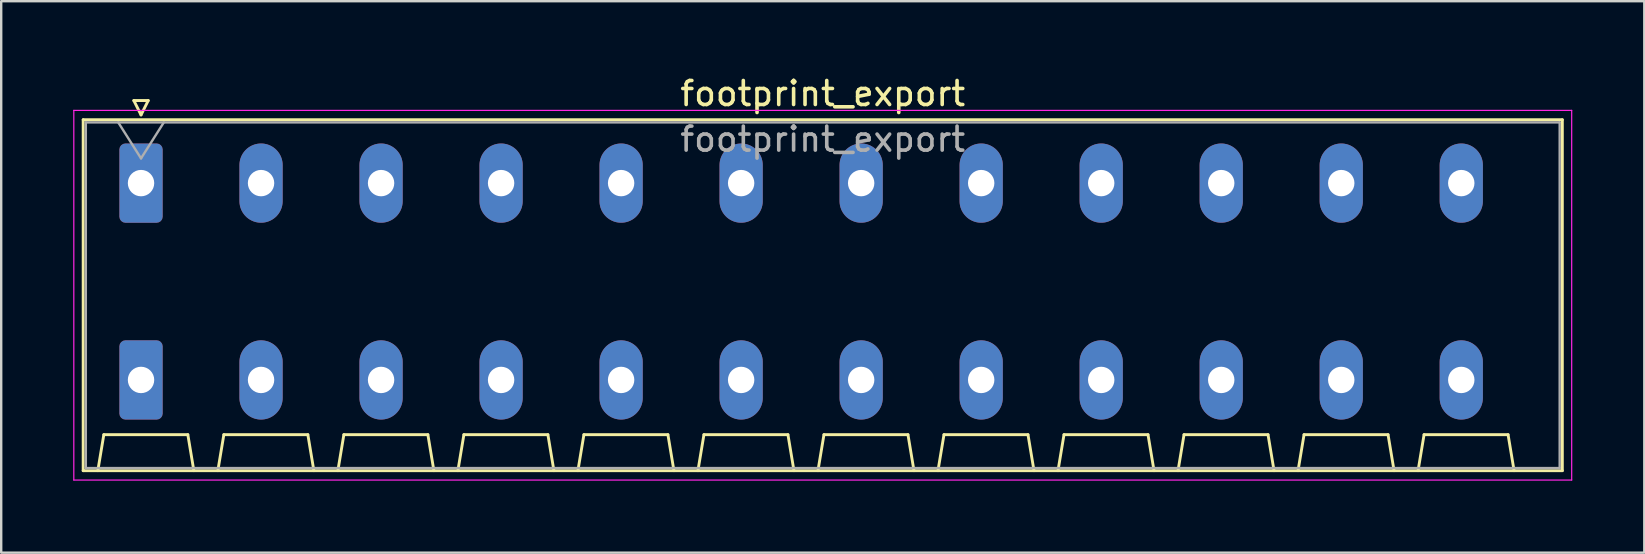
<source format=kicad_pcb>
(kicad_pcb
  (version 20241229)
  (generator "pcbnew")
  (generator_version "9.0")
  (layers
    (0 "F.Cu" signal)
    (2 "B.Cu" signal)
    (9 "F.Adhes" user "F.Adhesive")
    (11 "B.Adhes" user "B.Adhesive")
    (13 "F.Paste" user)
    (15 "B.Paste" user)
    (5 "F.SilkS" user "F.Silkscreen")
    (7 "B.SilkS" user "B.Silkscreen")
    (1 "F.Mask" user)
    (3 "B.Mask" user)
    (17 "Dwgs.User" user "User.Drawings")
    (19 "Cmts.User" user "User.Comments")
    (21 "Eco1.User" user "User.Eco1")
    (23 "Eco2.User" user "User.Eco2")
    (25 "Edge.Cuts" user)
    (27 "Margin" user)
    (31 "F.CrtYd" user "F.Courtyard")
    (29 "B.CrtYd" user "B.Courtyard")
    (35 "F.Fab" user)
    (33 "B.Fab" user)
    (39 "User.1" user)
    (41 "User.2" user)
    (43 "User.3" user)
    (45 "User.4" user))
  (footprint "footprint_export"
    (layer "F.Cu")
    (at 2.825 4.578)
    (property "Reference" "footprint_export" (at 28.4 -3.73 0) (layer "F.SilkS") (effects (font (size 1 1) (thickness 0.15))))
    (attr through_hole)
    (fp_line (start -2.41 -2.64) (end 59.21 -2.64) (stroke (width 0.12) (type solid)) (layer "F.SilkS"))
    (fp_line (start -2.41 11.98) (end -2.41 -2.64) (stroke (width 0.12) (type solid)) (layer "F.SilkS"))
    (fp_line (start -1.8 11.98) (end -1.55 10.48) (stroke (width 0.12) (type solid)) (layer "F.SilkS"))
    (fp_line (start -1.55 10.48) (end 1.95 10.48) (stroke (width 0.12) (type solid)) (layer "F.SilkS"))
    (fp_line (start -0.3 -3.44) (end 0 -2.84) (stroke (width 0.12) (type solid)) (layer "F.SilkS"))
    (fp_line (start -0.3 -3.44) (end 0.3 -3.44) (stroke (width 0.12) (type solid)) (layer "F.SilkS"))
    (fp_line (start 0.3 -3.44) (end 0 -2.84) (stroke (width 0.12) (type solid)) (layer "F.SilkS"))
    (fp_line (start 2.2 11.98) (end 1.95 10.48) (stroke (width 0.12) (type solid)) (layer "F.SilkS"))
    (fp_line (start 3.2 11.98) (end 3.45 10.48) (stroke (width 0.12) (type solid)) (layer "F.SilkS"))
    (fp_line (start 3.45 10.48) (end 6.95 10.48) (stroke (width 0.12) (type solid)) (layer "F.SilkS"))
    (fp_line (start 7.2 11.98) (end 6.95 10.48) (stroke (width 0.12) (type solid)) (layer "F.SilkS"))
    (fp_line (start 8.2 11.98) (end 8.45 10.48) (stroke (width 0.12) (type solid)) (layer "F.SilkS"))
    (fp_line (start 8.45 10.48) (end 11.95 10.48) (stroke (width 0.12) (type solid)) (layer "F.SilkS"))
    (fp_line (start 12.2 11.98) (end 11.95 10.48) (stroke (width 0.12) (type solid)) (layer "F.SilkS"))
    (fp_line (start 13.2 11.98) (end 13.45 10.48) (stroke (width 0.12) (type solid)) (layer "F.SilkS"))
    (fp_line (start 13.45 10.48) (end 16.95 10.48) (stroke (width 0.12) (type solid)) (layer "F.SilkS"))
    (fp_line (start 17.2 11.98) (end 16.95 10.48) (stroke (width 0.12) (type solid)) (layer "F.SilkS"))
    (fp_line (start 18.2 11.98) (end 18.45 10.48) (stroke (width 0.12) (type solid)) (layer "F.SilkS"))
    (fp_line (start 18.45 10.48) (end 21.95 10.48) (stroke (width 0.12) (type solid)) (layer "F.SilkS"))
    (fp_line (start 22.2 11.98) (end 21.95 10.48) (stroke (width 0.12) (type solid)) (layer "F.SilkS"))
    (fp_line (start 23.2 11.98) (end 23.45 10.48) (stroke (width 0.12) (type solid)) (layer "F.SilkS"))
    (fp_line (start 23.45 10.48) (end 26.95 10.48) (stroke (width 0.12) (type solid)) (layer "F.SilkS"))
    (fp_line (start 27.2 11.98) (end 26.95 10.48) (stroke (width 0.12) (type solid)) (layer "F.SilkS"))
    (fp_line (start 28.2 11.98) (end 28.45 10.48) (stroke (width 0.12) (type solid)) (layer "F.SilkS"))
    (fp_line (start 28.45 10.48) (end 31.95 10.48) (stroke (width 0.12) (type solid)) (layer "F.SilkS"))
    (fp_line (start 32.2 11.98) (end 31.95 10.48) (stroke (width 0.12) (type solid)) (layer "F.SilkS"))
    (fp_line (start 33.2 11.98) (end 33.45 10.48) (stroke (width 0.12) (type solid)) (layer "F.SilkS"))
    (fp_line (start 33.45 10.48) (end 36.95 10.48) (stroke (width 0.12) (type solid)) (layer "F.SilkS"))
    (fp_line (start 37.2 11.98) (end 36.95 10.48) (stroke (width 0.12) (type solid)) (layer "F.SilkS"))
    (fp_line (start 38.2 11.98) (end 38.45 10.48) (stroke (width 0.12) (type solid)) (layer "F.SilkS"))
    (fp_line (start 38.45 10.48) (end 41.95 10.48) (stroke (width 0.12) (type solid)) (layer "F.SilkS"))
    (fp_line (start 42.2 11.98) (end 41.95 10.48) (stroke (width 0.12) (type solid)) (layer "F.SilkS"))
    (fp_line (start 43.2 11.98) (end 43.45 10.48) (stroke (width 0.12) (type solid)) (layer "F.SilkS"))
    (fp_line (start 43.45 10.48) (end 46.95 10.48) (stroke (width 0.12) (type solid)) (layer "F.SilkS"))
    (fp_line (start 47.2 11.98) (end 46.95 10.48) (stroke (width 0.12) (type solid)) (layer "F.SilkS"))
    (fp_line (start 48.2 11.98) (end 48.45 10.48) (stroke (width 0.12) (type solid)) (layer "F.SilkS"))
    (fp_line (start 48.45 10.48) (end 51.95 10.48) (stroke (width 0.12) (type solid)) (layer "F.SilkS"))
    (fp_line (start 52.2 11.98) (end 51.95 10.48) (stroke (width 0.12) (type solid)) (layer "F.SilkS"))
    (fp_line (start 53.2 11.98) (end 53.45 10.48) (stroke (width 0.12) (type solid)) (layer "F.SilkS"))
    (fp_line (start 53.45 10.48) (end 56.95 10.48) (stroke (width 0.12) (type solid)) (layer "F.SilkS"))
    (fp_line (start 57.2 11.98) (end 56.95 10.48) (stroke (width 0.12) (type solid)) (layer "F.SilkS"))
    (fp_line (start 59.21 -2.64) (end 59.21 11.98) (stroke (width 0.12) (type solid)) (layer "F.SilkS"))
    (fp_line (start 59.21 11.98) (end -2.41 11.98) (stroke (width 0.12) (type solid)) (layer "F.SilkS"))
    (fp_line (start -2.8 -3.03) (end -2.8 12.37) (stroke (width 0.05) (type solid)) (layer "F.CrtYd"))
    (fp_line (start -2.8 12.37) (end 59.6 12.37) (stroke (width 0.05) (type solid)) (layer "F.CrtYd"))
    (fp_line (start 59.6 -3.03) (end -2.8 -3.03) (stroke (width 0.05) (type solid)) (layer "F.CrtYd"))
    (fp_line (start 59.6 12.37) (end 59.6 -3.03) (stroke (width 0.05) (type solid)) (layer "F.CrtYd"))
    (fp_line (start -2.3 -2.53) (end -2.3 11.87) (stroke (width 0.1) (type solid)) (layer "F.Fab"))
    (fp_line (start -2.3 11.87) (end 59.1 11.87) (stroke (width 0.1) (type solid)) (layer "F.Fab"))
    (fp_line (start -0.95 -2.53) (end 0 -1.03) (stroke (width 0.1) (type solid)) (layer "F.Fab"))
    (fp_line (start 0.95 -2.53) (end 0 -1.03) (stroke (width 0.1) (type solid)) (layer "F.Fab"))
    (fp_line (start 59.1 -2.53) (end -2.3 -2.53) (stroke (width 0.1) (type solid)) (layer "F.Fab"))
    (fp_line (start 59.1 11.87) (end 59.1 -2.53) (stroke (width 0.1) (type solid)) (layer "F.Fab"))
    (fp_text user "${REFERENCE}" (at 28.4 -1.83 0) (layer "F.Fab") (effects (font (size 1 1) (thickness 0.15))))
    (pad "1" thru_hole roundrect (at 0 0) (size 1.8 3.3) (drill 1.1) (layers "*.Cu" "*.Mask") (roundrect_rratio 0.139))
    (pad "1" thru_hole roundrect (at 0 8.2) (size 1.8 3.3) (drill 1.1) (layers "*.Cu" "*.Mask") (roundrect_rratio 0.139))
    (pad "2" thru_hole oval (at 5 0) (size 1.8 3.3) (drill 1.1) (layers "*.Cu" "*.Mask"))
    (pad "2" thru_hole oval (at 5 8.2) (size 1.8 3.3) (drill 1.1) (layers "*.Cu" "*.Mask"))
    (pad "3" thru_hole oval (at 10 0) (size 1.8 3.3) (drill 1.1) (layers "*.Cu" "*.Mask"))
    (pad "3" thru_hole oval (at 10 8.2) (size 1.8 3.3) (drill 1.1) (layers "*.Cu" "*.Mask"))
    (pad "4" thru_hole oval (at 15 0) (size 1.8 3.3) (drill 1.1) (layers "*.Cu" "*.Mask"))
    (pad "4" thru_hole oval (at 15 8.2) (size 1.8 3.3) (drill 1.1) (layers "*.Cu" "*.Mask"))
    (pad "5" thru_hole oval (at 20 0) (size 1.8 3.3) (drill 1.1) (layers "*.Cu" "*.Mask"))
    (pad "5" thru_hole oval (at 20 8.2) (size 1.8 3.3) (drill 1.1) (layers "*.Cu" "*.Mask"))
    (pad "6" thru_hole oval (at 25 0) (size 1.8 3.3) (drill 1.1) (layers "*.Cu" "*.Mask"))
    (pad "6" thru_hole oval (at 25 8.2) (size 1.8 3.3) (drill 1.1) (layers "*.Cu" "*.Mask"))
    (pad "7" thru_hole oval (at 30 0) (size 1.8 3.3) (drill 1.1) (layers "*.Cu" "*.Mask"))
    (pad "7" thru_hole oval (at 30 8.2) (size 1.8 3.3) (drill 1.1) (layers "*.Cu" "*.Mask"))
    (pad "8" thru_hole oval (at 35 0) (size 1.8 3.3) (drill 1.1) (layers "*.Cu" "*.Mask"))
    (pad "8" thru_hole oval (at 35 8.2) (size 1.8 3.3) (drill 1.1) (layers "*.Cu" "*.Mask"))
    (pad "9" thru_hole oval (at 40 0) (size 1.8 3.3) (drill 1.1) (layers "*.Cu" "*.Mask"))
    (pad "9" thru_hole oval (at 40 8.2) (size 1.8 3.3) (drill 1.1) (layers "*.Cu" "*.Mask"))
    (pad "10" thru_hole oval (at 45 0) (size 1.8 3.3) (drill 1.1) (layers "*.Cu" "*.Mask"))
    (pad "10" thru_hole oval (at 45 8.2) (size 1.8 3.3) (drill 1.1) (layers "*.Cu" "*.Mask"))
    (pad "11" thru_hole oval (at 50 0) (size 1.8 3.3) (drill 1.1) (layers "*.Cu" "*.Mask"))
    (pad "11" thru_hole oval (at 50 8.2) (size 1.8 3.3) (drill 1.1) (layers "*.Cu" "*.Mask"))
    (pad "12" thru_hole oval (at 55 0) (size 1.8 3.3) (drill 1.1) (layers "*.Cu" "*.Mask"))
    (pad "12" thru_hole oval (at 55 8.2) (size 1.8 3.3) (drill 1.1) (layers "*.Cu" "*.Mask")))
  (gr_rect
    (start -3 -3)
    (end 65.45 19.973)
    (stroke (width 0.1) (type default))
    (fill no)
    (layer "Edge.Cuts")))
</source>
